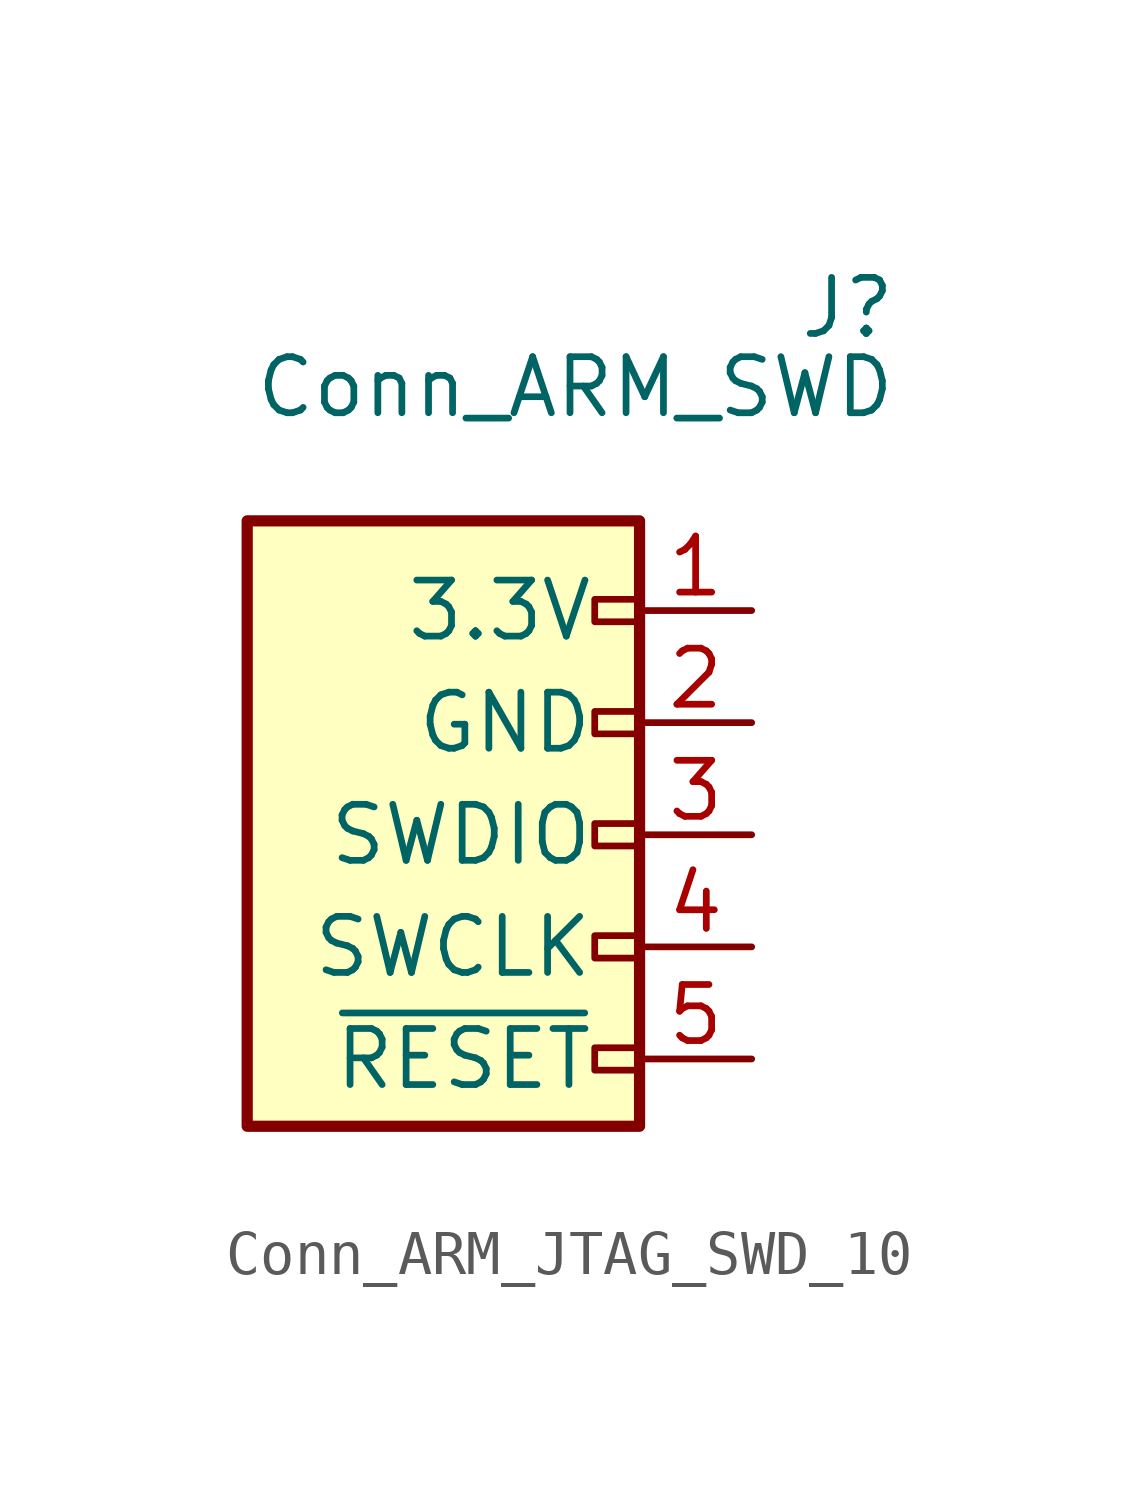
<source format=kicad_sym>
(kicad_symbol_lib
  (version 20241209)
  (generator "kicad_symbol_editor")
  (generator_version "9.0")
  (symbol "Conn_ARM_JTAG_SWD_10"
    (pin_names
      (offset 1.016))
    (property "Reference" "J"
      (at 0.762 15.748 0)
      (effects (font (size 1.27 1.27)) (justify right)))
    (property "Value" "Conn_ARM_SWD"
      (at 0.762 13.208 0)
      (effects (font (size 1.27 1.27)) (justify right bottom)))
    (symbol "Conn_ARM_JTAG_SWD_10_0_1"
      (rectangle (start -13.97 10.922) (end -5.08 -2.794) (stroke (width 0.254) (type default)) (fill (type background)))
      (rectangle (start -6.096 6.604) (end -5.08 6.096) (stroke (width 0) (type default)) (fill (type none)))
      (rectangle (start -6.096 3.556) (end -5.08 4.064) (stroke (width 0) (type default)) (fill (type none)))
      (rectangle (start -6.096 -1.016) (end -5.08 -1.524) (stroke (width 0) (type default)) (fill (type none)))
      (rectangle (start -5.08 9.144) (end -6.096 8.636) (stroke (width 0) (type default)) (fill (type none)))
      (rectangle (start -5.08 1.016) (end -6.096 1.524) (stroke (width 0) (type default)) (fill (type none))))
    (symbol "Conn_ARM_JTAG_SWD_10_1_1"
      (pin power_in line (at -2.54 8.89 180) (length 2.54) (name "3.3V" (effects (font (size 1.27 1.27)))) (number "1" (effects (font (size 1.27 1.27)))))
      (pin power_in line (at -2.54 6.35 180) (length 2.54) (name "GND" (effects (font (size 1.27 1.27)))) (number "2" (effects (font (size 1.27 1.27)))))
      (pin output line (at -2.54 3.81 180) (length 2.54) (name "SWDIO" (effects (font (size 1.27 1.27)))) (number "3" (effects (font (size 1.27 1.27)))))
      (pin bidirectional line (at -2.54 1.27 180) (length 2.54) (name "SWCLK" (effects (font (size 1.27 1.27)))) (number "4" (effects (font (size 1.27 1.27)))))
      (pin open_collector line (at -2.54 -1.27 180) (length 2.54) (name "~{RESET}" (effects (font (size 1.27 1.27)))) (number "5" (effects (font (size 1.27 1.27))))))))
</source>
